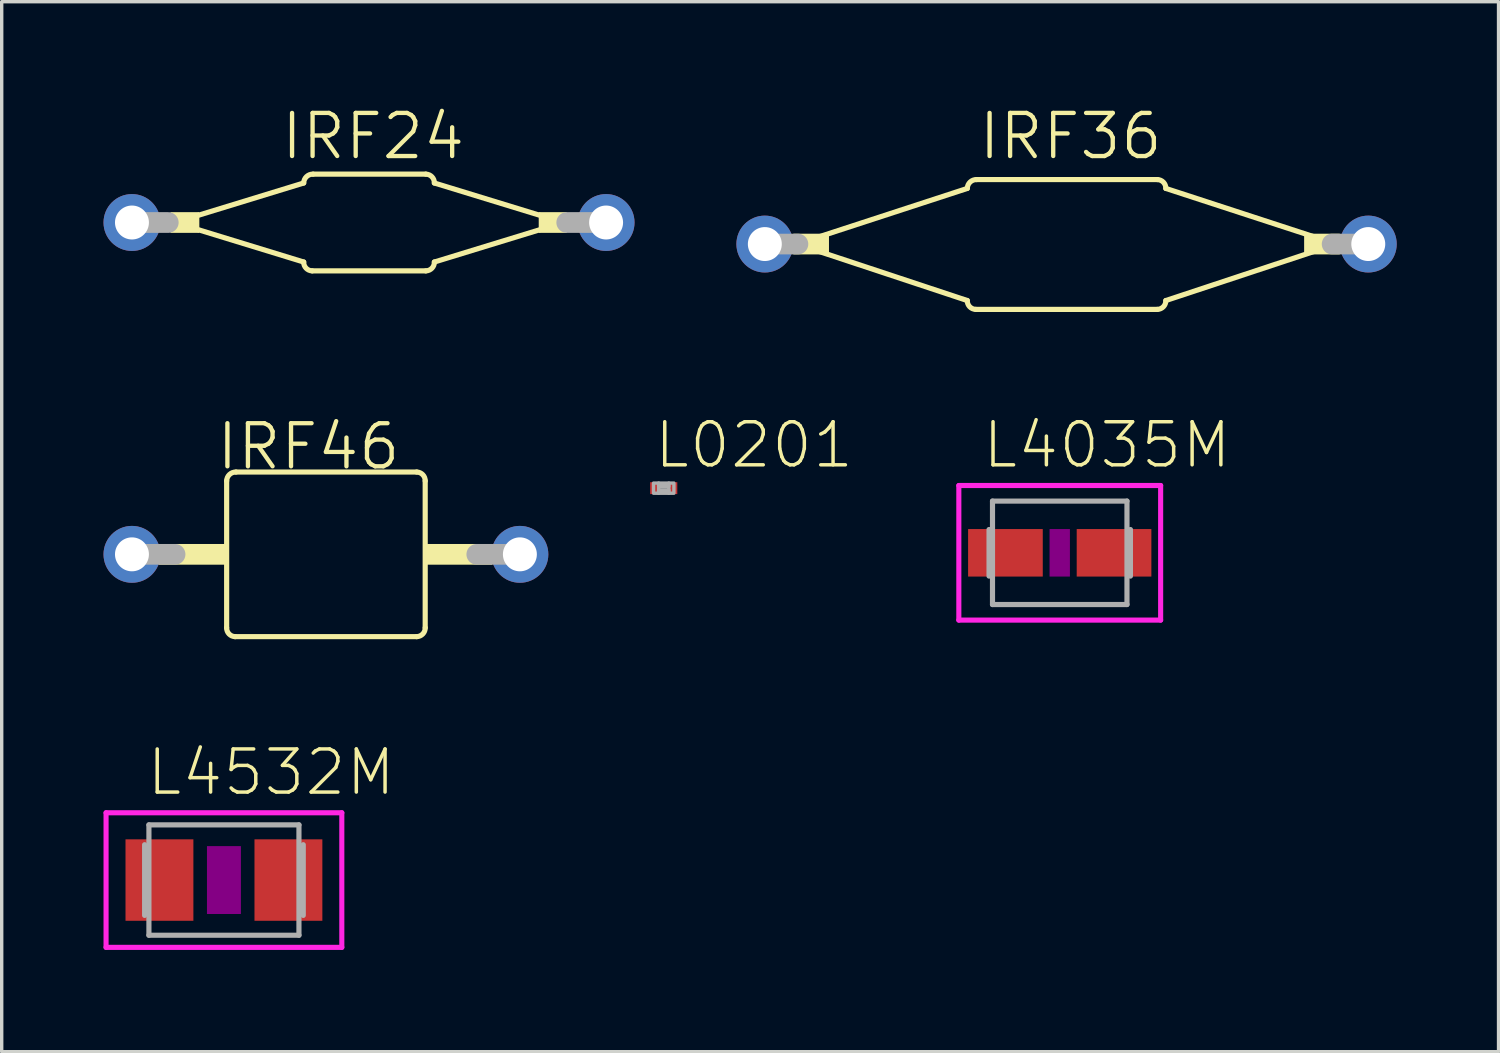
<source format=kicad_pcb>
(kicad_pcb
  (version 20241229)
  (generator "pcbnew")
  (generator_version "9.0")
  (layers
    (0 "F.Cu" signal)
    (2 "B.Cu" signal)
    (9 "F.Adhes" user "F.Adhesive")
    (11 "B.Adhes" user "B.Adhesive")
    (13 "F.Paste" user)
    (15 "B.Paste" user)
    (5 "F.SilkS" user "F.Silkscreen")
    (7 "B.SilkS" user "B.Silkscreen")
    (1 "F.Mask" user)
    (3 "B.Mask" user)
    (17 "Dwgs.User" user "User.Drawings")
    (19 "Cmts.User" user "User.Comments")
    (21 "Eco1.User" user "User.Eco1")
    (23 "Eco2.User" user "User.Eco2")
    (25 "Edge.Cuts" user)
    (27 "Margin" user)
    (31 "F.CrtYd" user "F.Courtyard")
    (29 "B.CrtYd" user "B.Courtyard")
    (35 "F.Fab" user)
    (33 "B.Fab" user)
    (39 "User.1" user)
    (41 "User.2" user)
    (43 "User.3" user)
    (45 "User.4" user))
  (footprint "IRF36"
    (layer "F.Cu")
    (at 28.375 4.141)
    (property "Reference" "IRF36" (at 0.121 -3.175 0) (layer "F.SilkS") (effects (font (size 1.27 1.27) (thickness 0.127))))
    (attr through_hole)
    (fp_line (start -7.95 0) (end -2.925 -1.639) (stroke (width 0.152) (type solid)) (layer "F.SilkS"))
    (fp_line (start -2.925 1.664) (end -7.95 0) (stroke (width 0.152) (type solid)) (layer "F.SilkS"))
    (fp_line (start 2.675 -1.9) (end -2.65 -1.9) (stroke (width 0.152) (type solid)) (layer "F.SilkS"))
    (fp_line (start 2.675 1.925) (end -2.675 1.925) (stroke (width 0.152) (type solid)) (layer "F.SilkS"))
    (fp_line (start 2.925 1.664) (end 7.95 0) (stroke (width 0.152) (type solid)) (layer "F.SilkS"))
    (fp_line (start 7.95 0) (end 2.925 -1.639) (stroke (width 0.152) (type solid)) (layer "F.SilkS"))
    (fp_arc (start -2.925 -1.639) (mid -2.841555 -1.826454) (end -2.65 -1.9) (stroke (width 0.1524) (type solid)) (layer "F.SilkS"))
    (fp_arc (start -2.675 1.925) (mid -2.854055 1.846277) (end -2.925 1.664) (stroke (width 0.1524) (type solid)) (layer "F.SilkS"))
    (fp_arc (start 2.675 -1.9) (mid 2.854055 -1.821277) (end 2.925 -1.639) (stroke (width 0.1524) (type solid)) (layer "F.SilkS"))
    (fp_arc (start 2.925 1.664) (mid 2.854055 1.846277) (end 2.675 1.925) (stroke (width 0.1524) (type solid)) (layer "F.SilkS"))
    (fp_poly (pts (xy -8.05 -0.305) (xy -7 -0.305) (xy -7 0.305) (xy -8.05 0.305)) (stroke (width 0) (type solid)) (fill yes) (layer "F.SilkS"))
    (fp_poly (pts (xy 7 -0.305) (xy 8.05 -0.305) (xy 8.05 0.305) (xy 7 0.305)) (stroke (width 0) (type solid)) (fill yes) (layer "F.SilkS"))
    (fp_line (start -7.915 0) (end -8.89 0) (stroke (width 0.61) (type solid)) (layer "F.Fab"))
    (fp_line (start 7.825 0) (end 8.89 0) (stroke (width 0.61) (type solid)) (layer "F.Fab"))
    (pad "1" thru_hole circle (at -8.89 0) (size 1.676 1.676) (drill 1) (layers "*.Cu" "*.Mask"))
    (pad "2" thru_hole circle (at 8.89 0) (size 1.676 1.676) (drill 1) (layers "*.Cu" "*.Mask")))
  (footprint "IRF46"
    (layer "F.Cu")
    (at 6.553 13.283)
    (property "Reference" "IRF46" (at -0.514 -3.175 0) (layer "F.SilkS") (effects (font (size 1.27 1.27) (thickness 0.127))))
    (attr through_hole)
    (fp_line (start -2.925 2.164) (end -2.925 -2.164) (stroke (width 0.152) (type solid)) (layer "F.SilkS"))
    (fp_line (start 2.675 -2.425) (end -2.65 -2.425) (stroke (width 0.152) (type solid)) (layer "F.SilkS"))
    (fp_line (start 2.675 2.425) (end -2.675 2.425) (stroke (width 0.152) (type solid)) (layer "F.SilkS"))
    (fp_line (start 2.925 2.164) (end 2.925 -2.164) (stroke (width 0.152) (type solid)) (layer "F.SilkS"))
    (fp_arc (start -2.925 -2.164) (mid -2.841555 -2.351454) (end -2.65 -2.425) (stroke (width 0.1524) (type solid)) (layer "F.SilkS"))
    (fp_arc (start -2.675 2.425) (mid -2.854055 2.346277) (end -2.925 2.164) (stroke (width 0.1524) (type solid)) (layer "F.SilkS"))
    (fp_arc (start 2.675 -2.425) (mid 2.854055 -2.346277) (end 2.925 -2.164) (stroke (width 0.1524) (type solid)) (layer "F.SilkS"))
    (fp_arc (start 2.925 2.164) (mid 2.854055 2.346277) (end 2.675 2.425) (stroke (width 0.1524) (type solid)) (layer "F.SilkS"))
    (fp_poly (pts (xy -4.925 -0.305) (xy -2.925 -0.305) (xy -2.925 0.305) (xy -4.925 0.305)) (stroke (width 0) (type solid)) (fill yes) (layer "F.SilkS"))
    (fp_poly (pts (xy 2.925 -0.305) (xy 4.9 -0.305) (xy 4.9 0.305) (xy 2.925 0.305)) (stroke (width 0) (type solid)) (fill yes) (layer "F.SilkS"))
    (fp_line (start -5.715 0) (end -4.445 0) (stroke (width 0.61) (type solid)) (layer "F.Fab"))
    (fp_line (start 5.715 0) (end 4.445 0) (stroke (width 0.61) (type solid)) (layer "F.Fab"))
    (pad "1" thru_hole circle (at -5.715 0) (size 1.676 1.676) (drill 1) (layers "*.Cu" "*.Mask"))
    (pad "2" thru_hole circle (at 5.715 0) (size 1.676 1.676) (drill 1) (layers "*.Cu" "*.Mask")))
  (footprint "IRF24"
    (layer "F.Cu")
    (at 7.823 3.506)
    (property "Reference" "IRF24" (at 0.121 -2.54 0) (layer "F.SilkS") (effects (font (size 1.27 1.27) (thickness 0.127))))
    (attr through_hole)
    (fp_line (start -5.725 0) (end -1.925 -1.164) (stroke (width 0.152) (type solid)) (layer "F.SilkS"))
    (fp_line (start -1.925 1.164) (end -5.725 0) (stroke (width 0.152) (type solid)) (layer "F.SilkS"))
    (fp_line (start 1.675 -1.425) (end -1.65 -1.425) (stroke (width 0.152) (type solid)) (layer "F.SilkS"))
    (fp_line (start 1.675 1.425) (end -1.675 1.425) (stroke (width 0.152) (type solid)) (layer "F.SilkS"))
    (fp_line (start 1.925 1.164) (end 5.725 0) (stroke (width 0.152) (type solid)) (layer "F.SilkS"))
    (fp_line (start 5.725 0) (end 1.925 -1.164) (stroke (width 0.152) (type solid)) (layer "F.SilkS"))
    (fp_arc (start -1.925 -1.164) (mid -1.841555 -1.351454) (end -1.65 -1.425) (stroke (width 0.1524) (type solid)) (layer "F.SilkS"))
    (fp_arc (start -1.675 1.425) (mid -1.854055 1.346277) (end -1.925 1.164) (stroke (width 0.1524) (type solid)) (layer "F.SilkS"))
    (fp_arc (start 1.675 -1.425) (mid 1.854055 -1.346277) (end 1.925 -1.164) (stroke (width 0.1524) (type solid)) (layer "F.SilkS"))
    (fp_arc (start 1.925 1.164) (mid 1.854055 1.346277) (end 1.675 1.425) (stroke (width 0.1524) (type solid)) (layer "F.SilkS"))
    (fp_poly (pts (xy -5.85 -0.305) (xy -5 -0.305) (xy -5 0.305) (xy -5.85 0.305)) (stroke (width 0) (type solid)) (fill yes) (layer "F.SilkS"))
    (fp_poly (pts (xy 5 -0.305) (xy 5.825 -0.305) (xy 5.825 0.305) (xy 5 0.305)) (stroke (width 0) (type solid)) (fill yes) (layer "F.SilkS"))
    (fp_line (start -5.915 0) (end -6.985 0) (stroke (width 0.61) (type solid)) (layer "F.Fab"))
    (fp_line (start 5.825 0) (end 6.985 0) (stroke (width 0.61) (type solid)) (layer "F.Fab"))
    (pad "1" thru_hole circle (at -6.985 0) (size 1.676 1.676) (drill 1) (layers "*.Cu" "*.Mask"))
    (pad "2" thru_hole circle (at 6.985 0) (size 1.676 1.676) (drill 1) (layers "*.Cu" "*.Mask")))
  (footprint "L4035M"
    (layer "F.Cu")
    (at 28.174 13.238)
    (property "Reference" "L4035M" (at 1.391 -3.175 0) (layer "F.SilkS") (effects (font (size 1.27 1.27) (thickness 0.102))))
    (attr through_hole)
    (fp_poly (pts (xy -0.3 -0.7) (xy 0.3 -0.7) (xy 0.3 0.7) (xy -0.3 0.7)) (stroke (width 0) (type solid)) (fill yes) (layer "F.Adhes"))
    (fp_line (start -2.973 -1.983) (end 2.973 -1.983) (stroke (width 0.15) (type solid)) (layer "F.CrtYd"))
    (fp_line (start -2.973 1.983) (end -2.973 -1.983) (stroke (width 0.15) (type solid)) (layer "F.CrtYd"))
    (fp_line (start 2.973 -1.983) (end 2.973 1.983) (stroke (width 0.15) (type solid)) (layer "F.CrtYd"))
    (fp_line (start 2.973 1.983) (end -2.973 1.983) (stroke (width 0.15) (type solid)) (layer "F.CrtYd"))
    (fp_line (start -2.083 -0.686) (end -2.083 0.686) (stroke (width 0.152) (type solid)) (layer "F.Fab"))
    (fp_line (start -1.981 -1.524) (end -1.981 1.524) (stroke (width 0.152) (type solid)) (layer "F.Fab"))
    (fp_line (start -1.981 1.524) (end 1.981 1.524) (stroke (width 0.152) (type solid)) (layer "F.Fab"))
    (fp_line (start 1.981 -1.524) (end -1.981 -1.524) (stroke (width 0.152) (type solid)) (layer "F.Fab"))
    (fp_line (start 1.981 1.524) (end 1.981 -1.524) (stroke (width 0.152) (type solid)) (layer "F.Fab"))
    (fp_line (start 2.083 -0.686) (end 2.083 0.686) (stroke (width 0.152) (type solid)) (layer "F.Fab"))
    (pad "1" smd rect (at -1.6 0) (size 2.2 1.4) (layers "F.Cu" "F.Mask" "F.Paste"))
    (pad "2" smd rect (at 1.6 0) (size 2.2 1.4) (layers "F.Cu" "F.Mask" "F.Paste")))
  (footprint "L4532M"
    (layer "F.Cu")
    (at 3.548 22.88)
    (property "Reference" "L4532M" (at 1.391 -3.175 0) (layer "F.SilkS") (effects (font (size 1.27 1.27) (thickness 0.102))))
    (attr through_hole)
    (fp_poly (pts (xy -0.5 -1) (xy 0.5 -1) (xy 0.5 1) (xy -0.5 1)) (stroke (width 0) (type solid)) (fill yes) (layer "F.Adhes"))
    (fp_line (start -3.473 -1.983) (end 3.473 -1.983) (stroke (width 0.15) (type solid)) (layer "F.CrtYd"))
    (fp_line (start -3.473 1.983) (end -3.473 -1.983) (stroke (width 0.15) (type solid)) (layer "F.CrtYd"))
    (fp_line (start 3.473 -1.983) (end 3.473 1.983) (stroke (width 0.15) (type solid)) (layer "F.CrtYd"))
    (fp_line (start 3.473 1.983) (end -3.473 1.983) (stroke (width 0.15) (type solid)) (layer "F.CrtYd"))
    (fp_line (start -2.337 -1.041) (end -2.337 1.041) (stroke (width 0.152) (type solid)) (layer "F.Fab"))
    (fp_line (start -2.21 -1.626) (end -2.21 1.626) (stroke (width 0.152) (type solid)) (layer "F.Fab"))
    (fp_line (start -2.21 1.626) (end 2.21 1.626) (stroke (width 0.152) (type solid)) (layer "F.Fab"))
    (fp_line (start 2.21 -1.626) (end -2.21 -1.626) (stroke (width 0.152) (type solid)) (layer "F.Fab"))
    (fp_line (start 2.21 -1.626) (end 2.21 1.626) (stroke (width 0.152) (type solid)) (layer "F.Fab"))
    (fp_line (start 2.337 -1.041) (end 2.337 1.041) (stroke (width 0.152) (type solid)) (layer "F.Fab"))
    (pad "1" smd rect (at -1.9 0) (size 2 2.4) (layers "F.Cu" "F.Mask" "F.Paste"))
    (pad "2" smd rect (at 1.9 0) (size 2 2.4) (layers "F.Cu" "F.Mask" "F.Paste")))
  (footprint "L0201"
    (layer "F.Cu")
    (at 16.506 11.333)
    (property "Reference" "L0201" (at 2.661 -1.27 0) (layer "F.SilkS") (effects (font (size 1.27 1.27) (thickness 0.102))))
    (attr through_hole)
    (fp_poly (pts (xy -0.3 -0.15) (xy -0.15 -0.15) (xy -0.15 0.15) (xy -0.3 0.15)) (stroke (width 0.1) (type solid)) (fill no) (layer "F.Fab"))
    (fp_poly (pts (xy -0.15 -0.15) (xy 0.15 -0.15) (xy 0.15 -0.05) (xy -0.15 -0.05)) (stroke (width 0.1) (type solid)) (fill no) (layer "F.Fab"))
    (fp_poly (pts (xy -0.15 0.05) (xy 0.15 0.05) (xy 0.15 0.15) (xy -0.15 0.15)) (stroke (width 0.1) (type solid)) (fill no) (layer "F.Fab"))
    (fp_poly (pts (xy 0.15 -0.15) (xy 0.3 -0.15) (xy 0.3 0.15) (xy 0.15 0.15)) (stroke (width 0.1) (type solid)) (fill no) (layer "F.Fab"))
    (pad "1" smd rect (at -0.275 0) (size 0.25 0.35) (layers "F.Cu" "F.Mask" "F.Paste"))
    (pad "2" smd rect (at 0.275 0) (size 0.25 0.35) (layers "F.Cu" "F.Mask" "F.Paste")))
  (gr_rect
    (start -3 -3)
    (end 41.103 27.938)
    (stroke (width 0.1) (type default))
    (fill no)
    (layer "Edge.Cuts")))
</source>
